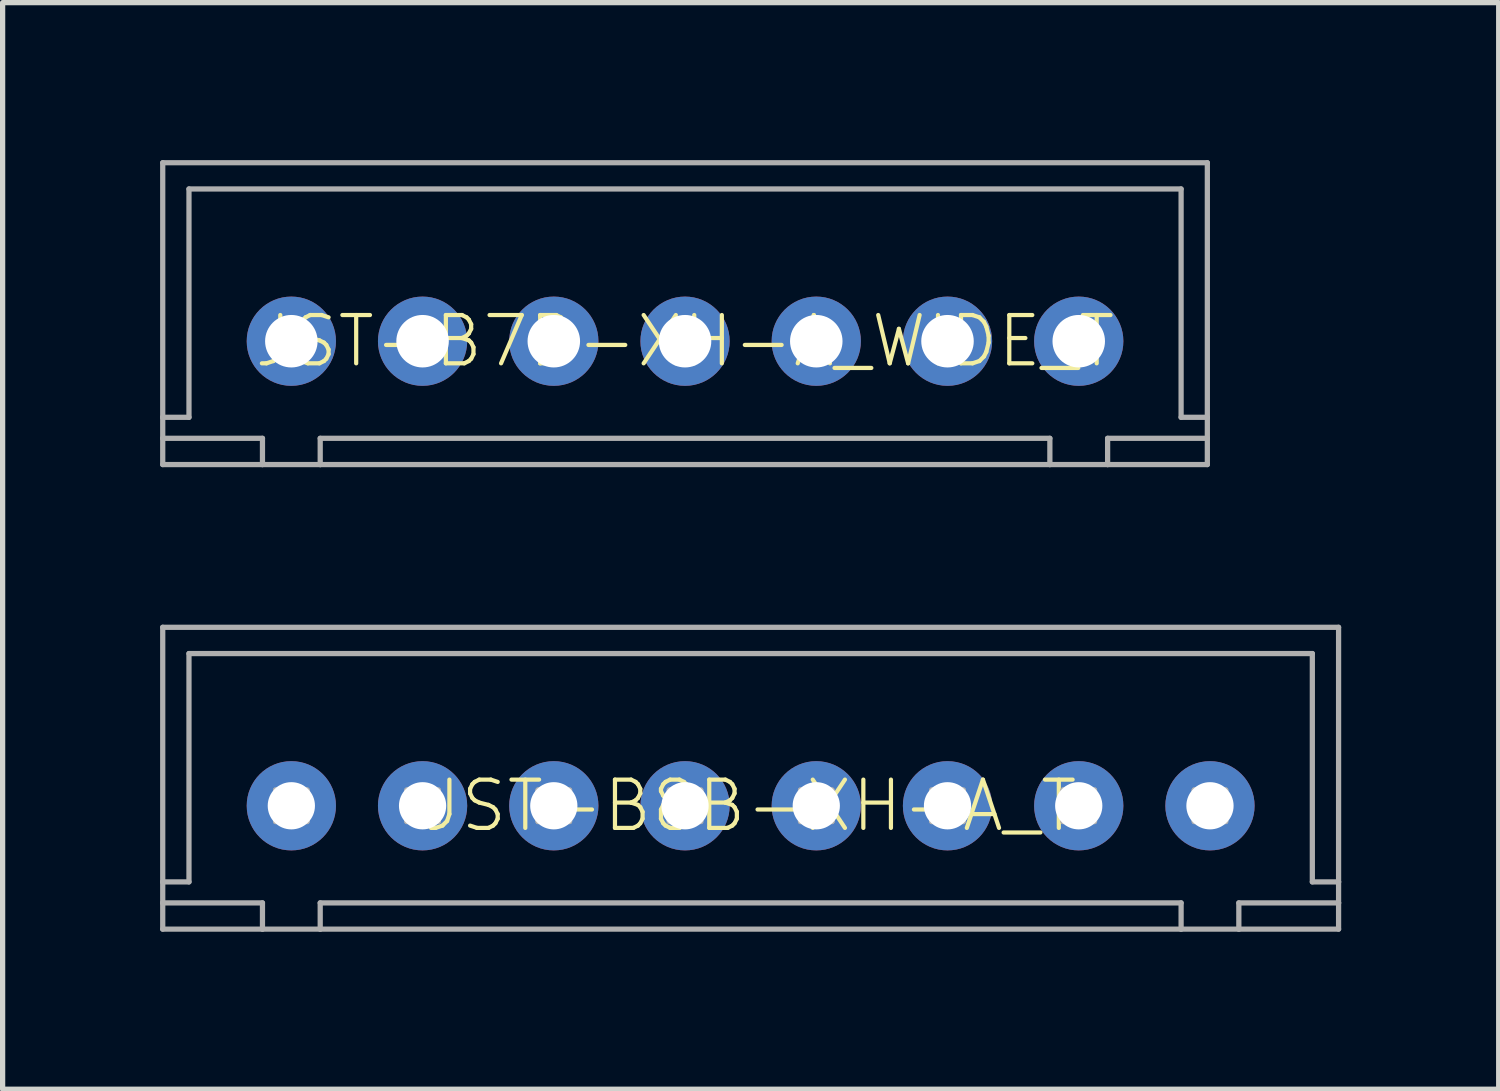
<source format=kicad_pcb>
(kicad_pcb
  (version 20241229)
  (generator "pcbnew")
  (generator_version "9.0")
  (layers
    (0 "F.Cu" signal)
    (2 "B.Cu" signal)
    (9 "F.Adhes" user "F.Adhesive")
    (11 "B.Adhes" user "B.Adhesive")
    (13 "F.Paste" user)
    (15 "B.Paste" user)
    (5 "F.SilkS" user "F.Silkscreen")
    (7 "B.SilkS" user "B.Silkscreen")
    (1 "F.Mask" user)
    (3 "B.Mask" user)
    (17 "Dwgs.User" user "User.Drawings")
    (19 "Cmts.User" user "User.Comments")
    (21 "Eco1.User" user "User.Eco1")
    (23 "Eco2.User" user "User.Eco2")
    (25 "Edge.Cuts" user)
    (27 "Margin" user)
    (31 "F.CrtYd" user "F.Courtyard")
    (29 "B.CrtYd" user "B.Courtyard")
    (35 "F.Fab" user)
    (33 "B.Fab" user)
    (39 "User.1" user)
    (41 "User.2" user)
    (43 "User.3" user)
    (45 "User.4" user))
  (footprint "JST-B7B-XH-A_WIDE_T"
    (layer "F.Cu")
    (at 10 3.45)
    (property "Reference" "JST-B7B-XH-A_WIDE_T" (at 0 0 0) (unlocked yes) (layer "F.SilkS") (effects (font (size 0.92 0.92) (thickness 0.08))))
    (fp_line (start -9.95 -3.4) (end -9.95 1.45) (stroke (width 0.1) (type solid)) (layer "F.Fab"))
    (fp_line (start -9.95 -3.4) (end 9.95 -3.4) (stroke (width 0.1) (type solid)) (layer "F.Fab"))
    (fp_line (start -9.95 1.45) (end -9.95 1.85) (stroke (width 0.1) (type solid)) (layer "F.Fab"))
    (fp_line (start -9.95 1.85) (end -9.95 2.35) (stroke (width 0.1) (type solid)) (layer "F.Fab"))
    (fp_line (start -9.95 2.35) (end -8.05 2.35) (stroke (width 0.1) (type solid)) (layer "F.Fab"))
    (fp_line (start -9.45 -2.9) (end -9.45 1.45) (stroke (width 0.1) (type solid)) (layer "F.Fab"))
    (fp_line (start -9.45 -2.9) (end 9.45 -2.9) (stroke (width 0.1) (type solid)) (layer "F.Fab"))
    (fp_line (start -9.45 1.45) (end -9.95 1.45) (stroke (width 0.1) (type solid)) (layer "F.Fab"))
    (fp_line (start -8.05 1.85) (end -9.95 1.85) (stroke (width 0.1) (type solid)) (layer "F.Fab"))
    (fp_line (start -8.05 1.85) (end -8.05 2.35) (stroke (width 0.1) (type solid)) (layer "F.Fab"))
    (fp_line (start -8.05 2.35) (end -6.95 2.35) (stroke (width 0.1) (type solid)) (layer "F.Fab"))
    (fp_line (start -7.8 -0.3) (end -7.8 0.3) (stroke (width 0.1) (type solid)) (layer "F.Fab"))
    (fp_line (start -7.8 0.3) (end -7.2 0.3) (stroke (width 0.1) (type solid)) (layer "F.Fab"))
    (fp_line (start -7.2 -0.3) (end -7.8 -0.3) (stroke (width 0.1) (type solid)) (layer "F.Fab"))
    (fp_line (start -7.2 0.3) (end -7.2 -0.3) (stroke (width 0.1) (type solid)) (layer "F.Fab"))
    (fp_line (start -6.95 1.85) (end -6.95 2.35) (stroke (width 0.1) (type solid)) (layer "F.Fab"))
    (fp_line (start -6.95 1.85) (end 6.95 1.85) (stroke (width 0.1) (type solid)) (layer "F.Fab"))
    (fp_line (start -6.95 2.35) (end 6.95 2.35) (stroke (width 0.1) (type solid)) (layer "F.Fab"))
    (fp_line (start -5.3 -0.3) (end -5.3 0.3) (stroke (width 0.1) (type solid)) (layer "F.Fab"))
    (fp_line (start -5.3 0.3) (end -4.7 0.3) (stroke (width 0.1) (type solid)) (layer "F.Fab"))
    (fp_line (start -4.7 -0.3) (end -5.3 -0.3) (stroke (width 0.1) (type solid)) (layer "F.Fab"))
    (fp_line (start -4.7 0.3) (end -4.7 -0.3) (stroke (width 0.1) (type solid)) (layer "F.Fab"))
    (fp_line (start -2.8 -0.3) (end -2.8 0.3) (stroke (width 0.1) (type solid)) (layer "F.Fab"))
    (fp_line (start -2.8 0.3) (end -2.2 0.3) (stroke (width 0.1) (type solid)) (layer "F.Fab"))
    (fp_line (start -2.2 -0.3) (end -2.8 -0.3) (stroke (width 0.1) (type solid)) (layer "F.Fab"))
    (fp_line (start -2.2 0.3) (end -2.2 -0.3) (stroke (width 0.1) (type solid)) (layer "F.Fab"))
    (fp_line (start -0.3 -0.3) (end -0.3 0.3) (stroke (width 0.1) (type solid)) (layer "F.Fab"))
    (fp_line (start -0.3 0.3) (end 0.3 0.3) (stroke (width 0.1) (type solid)) (layer "F.Fab"))
    (fp_line (start 0.3 -0.3) (end -0.3 -0.3) (stroke (width 0.1) (type solid)) (layer "F.Fab"))
    (fp_line (start 0.3 0.3) (end 0.3 -0.3) (stroke (width 0.1) (type solid)) (layer "F.Fab"))
    (fp_line (start 2.2 -0.3) (end 2.2 0.3) (stroke (width 0.1) (type solid)) (layer "F.Fab"))
    (fp_line (start 2.2 0.3) (end 2.8 0.3) (stroke (width 0.1) (type solid)) (layer "F.Fab"))
    (fp_line (start 2.8 -0.3) (end 2.2 -0.3) (stroke (width 0.1) (type solid)) (layer "F.Fab"))
    (fp_line (start 2.8 0.3) (end 2.8 -0.3) (stroke (width 0.1) (type solid)) (layer "F.Fab"))
    (fp_line (start 4.7 -0.3) (end 4.7 0.3) (stroke (width 0.1) (type solid)) (layer "F.Fab"))
    (fp_line (start 4.7 0.3) (end 5.3 0.3) (stroke (width 0.1) (type solid)) (layer "F.Fab"))
    (fp_line (start 5.3 -0.3) (end 4.7 -0.3) (stroke (width 0.1) (type solid)) (layer "F.Fab"))
    (fp_line (start 5.3 0.3) (end 5.3 -0.3) (stroke (width 0.1) (type solid)) (layer "F.Fab"))
    (fp_line (start 6.95 1.85) (end 6.95 2.35) (stroke (width 0.1) (type solid)) (layer "F.Fab"))
    (fp_line (start 7.2 -0.3) (end 7.2 0.3) (stroke (width 0.1) (type solid)) (layer "F.Fab"))
    (fp_line (start 7.2 0.3) (end 7.8 0.3) (stroke (width 0.1) (type solid)) (layer "F.Fab"))
    (fp_line (start 7.8 -0.3) (end 7.2 -0.3) (stroke (width 0.1) (type solid)) (layer "F.Fab"))
    (fp_line (start 7.8 0.3) (end 7.8 -0.3) (stroke (width 0.1) (type solid)) (layer "F.Fab"))
    (fp_line (start 8.05 1.85) (end 8.05 2.35) (stroke (width 0.1) (type solid)) (layer "F.Fab"))
    (fp_line (start 8.05 1.85) (end 9.95 1.85) (stroke (width 0.1) (type solid)) (layer "F.Fab"))
    (fp_line (start 8.05 2.35) (end 6.95 2.35) (stroke (width 0.1) (type solid)) (layer "F.Fab"))
    (fp_line (start 8.05 2.35) (end 9.95 2.35) (stroke (width 0.1) (type solid)) (layer "F.Fab"))
    (fp_line (start 9.45 1.45) (end 9.45 -2.9) (stroke (width 0.1) (type solid)) (layer "F.Fab"))
    (fp_line (start 9.45 1.45) (end 9.95 1.45) (stroke (width 0.1) (type solid)) (layer "F.Fab"))
    (fp_line (start 9.95 1.45) (end 9.95 -3.4) (stroke (width 0.1) (type solid)) (layer "F.Fab"))
    (fp_line (start 9.95 1.85) (end 9.95 1.45) (stroke (width 0.1) (type solid)) (layer "F.Fab"))
    (fp_line (start 9.95 2.35) (end 9.95 1.85) (stroke (width 0.1) (type solid)) (layer "F.Fab"))
    (pad "1" thru_hole circle (at -7.5 0) (size 1.7 1.7) (drill 1) (layers "*.Cu" "*.Mask"))
    (pad "2" thru_hole circle (at -5 0) (size 1.7 1.7) (drill 1) (layers "*.Cu" "*.Mask"))
    (pad "3" thru_hole circle (at -2.5 0) (size 1.7 1.7) (drill 1) (layers "*.Cu" "*.Mask"))
    (pad "4" thru_hole circle (at 0 0) (size 1.7 1.7) (drill 1) (layers "*.Cu" "*.Mask"))
    (pad "5" thru_hole circle (at 2.5 0) (size 1.7 1.7) (drill 1) (layers "*.Cu" "*.Mask"))
    (pad "6" thru_hole circle (at 5 0) (size 1.7 1.7) (drill 1) (layers "*.Cu" "*.Mask"))
    (pad "7" thru_hole circle (at 7.5 0) (size 1.7 1.7) (drill 1) (layers "*.Cu" "*.Mask")))
  (footprint "JST-B8B-XH-A_T"
    (layer "F.Cu")
    (at 11.25 12.3)
    (property "Reference" "JST-B8B-XH-A_T" (at 0 0 0) (unlocked yes) (layer "F.SilkS") (effects (font (size 0.92 0.92) (thickness 0.08))))
    (fp_line (start -11.2 -3.4) (end -11.2 1.45) (stroke (width 0.1) (type solid)) (layer "F.Fab"))
    (fp_line (start -11.2 -3.4) (end 11.2 -3.4) (stroke (width 0.1) (type solid)) (layer "F.Fab"))
    (fp_line (start -11.2 1.45) (end -11.2 1.85) (stroke (width 0.1) (type solid)) (layer "F.Fab"))
    (fp_line (start -11.2 1.85) (end -11.2 2.35) (stroke (width 0.1) (type solid)) (layer "F.Fab"))
    (fp_line (start -11.2 2.35) (end -9.3 2.35) (stroke (width 0.1) (type solid)) (layer "F.Fab"))
    (fp_line (start -10.7 -2.9) (end -10.7 1.45) (stroke (width 0.1) (type solid)) (layer "F.Fab"))
    (fp_line (start -10.7 -2.9) (end 10.7 -2.9) (stroke (width 0.1) (type solid)) (layer "F.Fab"))
    (fp_line (start -10.7 1.45) (end -11.2 1.45) (stroke (width 0.1) (type solid)) (layer "F.Fab"))
    (fp_line (start -9.3 1.85) (end -11.2 1.85) (stroke (width 0.1) (type solid)) (layer "F.Fab"))
    (fp_line (start -9.3 1.85) (end -9.3 2.35) (stroke (width 0.1) (type solid)) (layer "F.Fab"))
    (fp_line (start -9.3 2.35) (end -8.2 2.35) (stroke (width 0.1) (type solid)) (layer "F.Fab"))
    (fp_line (start -9.05 -0.3) (end -9.05 0.3) (stroke (width 0.1) (type solid)) (layer "F.Fab"))
    (fp_line (start -9.05 0.3) (end -8.45 0.3) (stroke (width 0.1) (type solid)) (layer "F.Fab"))
    (fp_line (start -8.45 -0.3) (end -9.05 -0.3) (stroke (width 0.1) (type solid)) (layer "F.Fab"))
    (fp_line (start -8.45 0.3) (end -8.45 -0.3) (stroke (width 0.1) (type solid)) (layer "F.Fab"))
    (fp_line (start -8.2 1.85) (end -8.2 2.35) (stroke (width 0.1) (type solid)) (layer "F.Fab"))
    (fp_line (start -8.2 1.85) (end 8.2 1.85) (stroke (width 0.1) (type solid)) (layer "F.Fab"))
    (fp_line (start -8.2 2.35) (end 8.2 2.35) (stroke (width 0.1) (type solid)) (layer "F.Fab"))
    (fp_line (start -6.55 -0.3) (end -6.55 0.3) (stroke (width 0.1) (type solid)) (layer "F.Fab"))
    (fp_line (start -6.55 0.3) (end -5.95 0.3) (stroke (width 0.1) (type solid)) (layer "F.Fab"))
    (fp_line (start -5.95 -0.3) (end -6.55 -0.3) (stroke (width 0.1) (type solid)) (layer "F.Fab"))
    (fp_line (start -5.95 0.3) (end -5.95 -0.3) (stroke (width 0.1) (type solid)) (layer "F.Fab"))
    (fp_line (start -4.05 -0.3) (end -4.05 0.3) (stroke (width 0.1) (type solid)) (layer "F.Fab"))
    (fp_line (start -4.05 0.3) (end -3.45 0.3) (stroke (width 0.1) (type solid)) (layer "F.Fab"))
    (fp_line (start -3.45 -0.3) (end -4.05 -0.3) (stroke (width 0.1) (type solid)) (layer "F.Fab"))
    (fp_line (start -3.45 0.3) (end -3.45 -0.3) (stroke (width 0.1) (type solid)) (layer "F.Fab"))
    (fp_line (start -1.55 -0.3) (end -1.55 0.3) (stroke (width 0.1) (type solid)) (layer "F.Fab"))
    (fp_line (start -1.55 0.3) (end -0.95 0.3) (stroke (width 0.1) (type solid)) (layer "F.Fab"))
    (fp_line (start -0.95 -0.3) (end -1.55 -0.3) (stroke (width 0.1) (type solid)) (layer "F.Fab"))
    (fp_line (start -0.95 0.3) (end -0.95 -0.3) (stroke (width 0.1) (type solid)) (layer "F.Fab"))
    (fp_line (start 0.95 -0.3) (end 0.95 0.3) (stroke (width 0.1) (type solid)) (layer "F.Fab"))
    (fp_line (start 0.95 0.3) (end 1.55 0.3) (stroke (width 0.1) (type solid)) (layer "F.Fab"))
    (fp_line (start 1.55 -0.3) (end 0.95 -0.3) (stroke (width 0.1) (type solid)) (layer "F.Fab"))
    (fp_line (start 1.55 0.3) (end 1.55 -0.3) (stroke (width 0.1) (type solid)) (layer "F.Fab"))
    (fp_line (start 3.45 -0.3) (end 3.45 0.3) (stroke (width 0.1) (type solid)) (layer "F.Fab"))
    (fp_line (start 3.45 0.3) (end 4.05 0.3) (stroke (width 0.1) (type solid)) (layer "F.Fab"))
    (fp_line (start 4.05 -0.3) (end 3.45 -0.3) (stroke (width 0.1) (type solid)) (layer "F.Fab"))
    (fp_line (start 4.05 0.3) (end 4.05 -0.3) (stroke (width 0.1) (type solid)) (layer "F.Fab"))
    (fp_line (start 5.95 -0.3) (end 5.95 0.3) (stroke (width 0.1) (type solid)) (layer "F.Fab"))
    (fp_line (start 5.95 0.3) (end 6.55 0.3) (stroke (width 0.1) (type solid)) (layer "F.Fab"))
    (fp_line (start 6.55 -0.3) (end 5.95 -0.3) (stroke (width 0.1) (type solid)) (layer "F.Fab"))
    (fp_line (start 6.55 0.3) (end 6.55 -0.3) (stroke (width 0.1) (type solid)) (layer "F.Fab"))
    (fp_line (start 8.2 1.85) (end 8.2 2.35) (stroke (width 0.1) (type solid)) (layer "F.Fab"))
    (fp_line (start 8.45 -0.3) (end 8.45 0.3) (stroke (width 0.1) (type solid)) (layer "F.Fab"))
    (fp_line (start 8.45 0.3) (end 9.05 0.3) (stroke (width 0.1) (type solid)) (layer "F.Fab"))
    (fp_line (start 9.05 -0.3) (end 8.45 -0.3) (stroke (width 0.1) (type solid)) (layer "F.Fab"))
    (fp_line (start 9.05 0.3) (end 9.05 -0.3) (stroke (width 0.1) (type solid)) (layer "F.Fab"))
    (fp_line (start 9.3 1.85) (end 9.3 2.35) (stroke (width 0.1) (type solid)) (layer "F.Fab"))
    (fp_line (start 9.3 1.85) (end 11.2 1.85) (stroke (width 0.1) (type solid)) (layer "F.Fab"))
    (fp_line (start 9.3 2.35) (end 8.2 2.35) (stroke (width 0.1) (type solid)) (layer "F.Fab"))
    (fp_line (start 9.3 2.35) (end 11.2 2.35) (stroke (width 0.1) (type solid)) (layer "F.Fab"))
    (fp_line (start 10.7 1.45) (end 10.7 -2.9) (stroke (width 0.1) (type solid)) (layer "F.Fab"))
    (fp_line (start 10.7 1.45) (end 11.2 1.45) (stroke (width 0.1) (type solid)) (layer "F.Fab"))
    (fp_line (start 11.2 1.45) (end 11.2 -3.4) (stroke (width 0.1) (type solid)) (layer "F.Fab"))
    (fp_line (start 11.2 1.85) (end 11.2 1.45) (stroke (width 0.1) (type solid)) (layer "F.Fab"))
    (fp_line (start 11.2 2.35) (end 11.2 1.85) (stroke (width 0.1) (type solid)) (layer "F.Fab"))
    (pad "1" thru_hole circle (at -8.75 0) (size 1.7 1.7) (drill 0.9) (layers "*.Cu" "*.Mask"))
    (pad "2" thru_hole circle (at -6.25 0) (size 1.7 1.7) (drill 0.9) (layers "*.Cu" "*.Mask"))
    (pad "3" thru_hole circle (at -3.75 0) (size 1.7 1.7) (drill 0.9) (layers "*.Cu" "*.Mask"))
    (pad "4" thru_hole circle (at -1.25 0) (size 1.7 1.7) (drill 0.9) (layers "*.Cu" "*.Mask"))
    (pad "5" thru_hole circle (at 1.25 0) (size 1.7 1.7) (drill 0.9) (layers "*.Cu" "*.Mask"))
    (pad "6" thru_hole circle (at 3.75 0) (size 1.7 1.7) (drill 0.9) (layers "*.Cu" "*.Mask"))
    (pad "7" thru_hole circle (at 6.25 0) (size 1.7 1.7) (drill 0.9) (layers "*.Cu" "*.Mask"))
    (pad "8" thru_hole circle (at 8.75 0) (size 1.7 1.7) (drill 0.9) (layers "*.Cu" "*.Mask")))
  (gr_rect
    (start -3 -3)
    (end 25.5 17.7)
    (stroke (width 0.1) (type default))
    (fill no)
    (layer "Edge.Cuts")))
</source>
